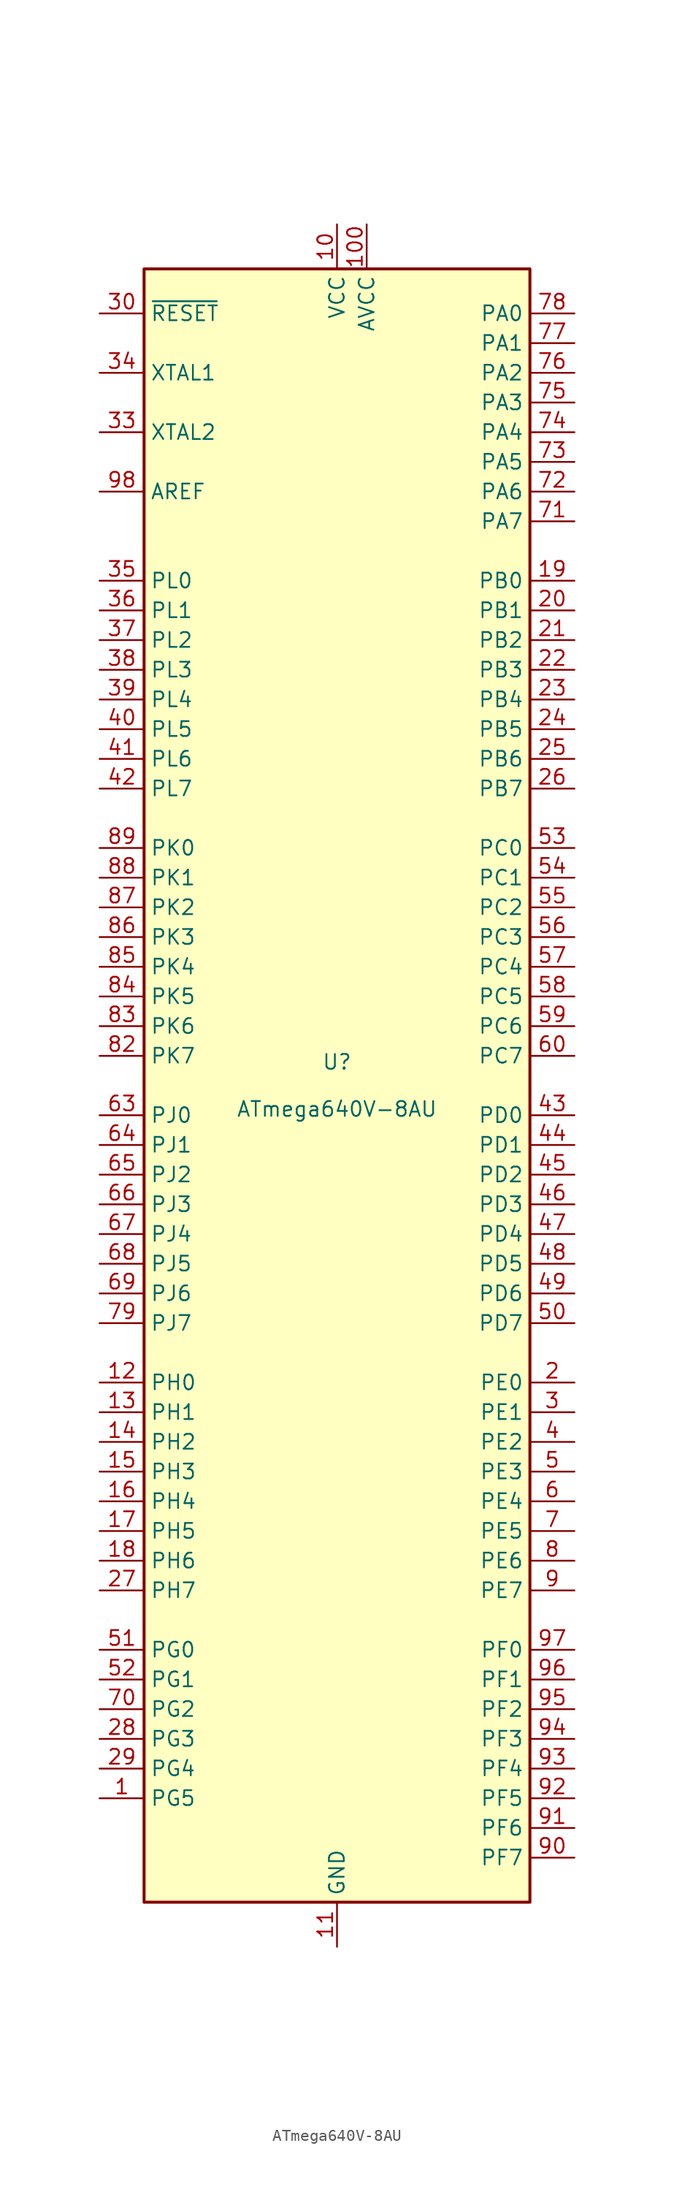
<source format=kicad_sym>
(kicad_symbol_lib
  (version 20211014)
  (generator kicad_symbol_editor)
  (symbol "ATmega640V-8AU"
    (property "Reference" "U"
      (at 0 1.27 0)
      (effects (font (size 1.27 1.27)) (justify bottom)))
    (property "Value" "ATmega640V-8AU"
      (at 0 -1.27 0)
      (effects (font (size 1.27 1.27)) (justify top)))
    (symbol "ATmega640V-8AU_0_1"
      (rectangle (start -16.51 -69.85) (end 16.51 69.85) (stroke (width 0.254) (type default) (color 0 0 0 0)) (fill (type background))))
    (symbol "ATmega640V-8AU_1_1"
      (pin bidirectional line (at -20.32 -60.96 0) (length 3.81) (name "PG5" (effects (font (size 1.27 1.27)))) (number "1" (effects (font (size 1.27 1.27)))))
      (pin power_in line (at 0 73.66 270) (length 3.81) (name "VCC" (effects (font (size 1.27 1.27)))) (number "10" (effects (font (size 1.27 1.27)))))
      (pin power_in line (at 2.54 73.66 270) (length 3.81) (name "AVCC" (effects (font (size 1.27 1.27)))) (number "100" (effects (font (size 1.27 1.27)))))
      (pin power_in line (at 0 -73.66 90) (length 3.81) (name "GND" (effects (font (size 1.27 1.27)))) (number "11" (effects (font (size 1.27 1.27)))))
      (pin bidirectional line (at -20.32 -25.4 0) (length 3.81) (name "PH0" (effects (font (size 1.27 1.27)))) (number "12" (effects (font (size 1.27 1.27)))))
      (pin bidirectional line (at -20.32 -27.94 0) (length 3.81) (name "PH1" (effects (font (size 1.27 1.27)))) (number "13" (effects (font (size 1.27 1.27)))))
      (pin bidirectional line (at -20.32 -30.48 0) (length 3.81) (name "PH2" (effects (font (size 1.27 1.27)))) (number "14" (effects (font (size 1.27 1.27)))))
      (pin bidirectional line (at -20.32 -33.02 0) (length 3.81) (name "PH3" (effects (font (size 1.27 1.27)))) (number "15" (effects (font (size 1.27 1.27)))))
      (pin bidirectional line (at -20.32 -35.56 0) (length 3.81) (name "PH4" (effects (font (size 1.27 1.27)))) (number "16" (effects (font (size 1.27 1.27)))))
      (pin bidirectional line (at -20.32 -38.1 0) (length 3.81) (name "PH5" (effects (font (size 1.27 1.27)))) (number "17" (effects (font (size 1.27 1.27)))))
      (pin bidirectional line (at -20.32 -40.64 0) (length 3.81) (name "PH6" (effects (font (size 1.27 1.27)))) (number "18" (effects (font (size 1.27 1.27)))))
      (pin bidirectional line (at 20.32 43.18 180) (length 3.81) (name "PB0" (effects (font (size 1.27 1.27)))) (number "19" (effects (font (size 1.27 1.27)))))
      (pin bidirectional line (at 20.32 -25.4 180) (length 3.81) (name "PE0" (effects (font (size 1.27 1.27)))) (number "2" (effects (font (size 1.27 1.27)))))
      (pin bidirectional line (at 20.32 40.64 180) (length 3.81) (name "PB1" (effects (font (size 1.27 1.27)))) (number "20" (effects (font (size 1.27 1.27)))))
      (pin bidirectional line (at 20.32 38.1 180) (length 3.81) (name "PB2" (effects (font (size 1.27 1.27)))) (number "21" (effects (font (size 1.27 1.27)))))
      (pin bidirectional line (at 20.32 35.56 180) (length 3.81) (name "PB3" (effects (font (size 1.27 1.27)))) (number "22" (effects (font (size 1.27 1.27)))))
      (pin bidirectional line (at 20.32 33.02 180) (length 3.81) (name "PB4" (effects (font (size 1.27 1.27)))) (number "23" (effects (font (size 1.27 1.27)))))
      (pin bidirectional line (at 20.32 30.48 180) (length 3.81) (name "PB5" (effects (font (size 1.27 1.27)))) (number "24" (effects (font (size 1.27 1.27)))))
      (pin bidirectional line (at 20.32 27.94 180) (length 3.81) (name "PB6" (effects (font (size 1.27 1.27)))) (number "25" (effects (font (size 1.27 1.27)))))
      (pin bidirectional line (at 20.32 25.4 180) (length 3.81) (name "PB7" (effects (font (size 1.27 1.27)))) (number "26" (effects (font (size 1.27 1.27)))))
      (pin bidirectional line (at -20.32 -43.18 0) (length 3.81) (name "PH7" (effects (font (size 1.27 1.27)))) (number "27" (effects (font (size 1.27 1.27)))))
      (pin bidirectional line (at -20.32 -55.88 0) (length 3.81) (name "PG3" (effects (font (size 1.27 1.27)))) (number "28" (effects (font (size 1.27 1.27)))))
      (pin bidirectional line (at -20.32 -58.42 0) (length 3.81) (name "PG4" (effects (font (size 1.27 1.27)))) (number "29" (effects (font (size 1.27 1.27)))))
      (pin bidirectional line (at 20.32 -27.94 180) (length 3.81) (name "PE1" (effects (font (size 1.27 1.27)))) (number "3" (effects (font (size 1.27 1.27)))))
      (pin input line (at -20.32 66.04 0) (length 3.81) (name "~{RESET}" (effects (font (size 1.27 1.27)))) (number "30" (effects (font (size 1.27 1.27)))))
      (pin passive line (at 0 73.66 270) (length 3.81) hide (name "VCC" (effects (font (size 1.27 1.27)))) (number "31" (effects (font (size 1.27 1.27)))))
      (pin passive line (at 0 -73.66 90) (length 3.81) hide (name "GND" (effects (font (size 1.27 1.27)))) (number "32" (effects (font (size 1.27 1.27)))))
      (pin output line (at -20.32 55.88 0) (length 3.81) (name "XTAL2" (effects (font (size 1.27 1.27)))) (number "33" (effects (font (size 1.27 1.27)))))
      (pin input line (at -20.32 60.96 0) (length 3.81) (name "XTAL1" (effects (font (size 1.27 1.27)))) (number "34" (effects (font (size 1.27 1.27)))))
      (pin bidirectional line (at -20.32 43.18 0) (length 3.81) (name "PL0" (effects (font (size 1.27 1.27)))) (number "35" (effects (font (size 1.27 1.27)))))
      (pin bidirectional line (at -20.32 40.64 0) (length 3.81) (name "PL1" (effects (font (size 1.27 1.27)))) (number "36" (effects (font (size 1.27 1.27)))))
      (pin bidirectional line (at -20.32 38.1 0) (length 3.81) (name "PL2" (effects (font (size 1.27 1.27)))) (number "37" (effects (font (size 1.27 1.27)))))
      (pin bidirectional line (at -20.32 35.56 0) (length 3.81) (name "PL3" (effects (font (size 1.27 1.27)))) (number "38" (effects (font (size 1.27 1.27)))))
      (pin bidirectional line (at -20.32 33.02 0) (length 3.81) (name "PL4" (effects (font (size 1.27 1.27)))) (number "39" (effects (font (size 1.27 1.27)))))
      (pin bidirectional line (at 20.32 -30.48 180) (length 3.81) (name "PE2" (effects (font (size 1.27 1.27)))) (number "4" (effects (font (size 1.27 1.27)))))
      (pin bidirectional line (at -20.32 30.48 0) (length 3.81) (name "PL5" (effects (font (size 1.27 1.27)))) (number "40" (effects (font (size 1.27 1.27)))))
      (pin bidirectional line (at -20.32 27.94 0) (length 3.81) (name "PL6" (effects (font (size 1.27 1.27)))) (number "41" (effects (font (size 1.27 1.27)))))
      (pin bidirectional line (at -20.32 25.4 0) (length 3.81) (name "PL7" (effects (font (size 1.27 1.27)))) (number "42" (effects (font (size 1.27 1.27)))))
      (pin bidirectional line (at 20.32 -2.54 180) (length 3.81) (name "PD0" (effects (font (size 1.27 1.27)))) (number "43" (effects (font (size 1.27 1.27)))))
      (pin bidirectional line (at 20.32 -5.08 180) (length 3.81) (name "PD1" (effects (font (size 1.27 1.27)))) (number "44" (effects (font (size 1.27 1.27)))))
      (pin bidirectional line (at 20.32 -7.62 180) (length 3.81) (name "PD2" (effects (font (size 1.27 1.27)))) (number "45" (effects (font (size 1.27 1.27)))))
      (pin bidirectional line (at 20.32 -10.16 180) (length 3.81) (name "PD3" (effects (font (size 1.27 1.27)))) (number "46" (effects (font (size 1.27 1.27)))))
      (pin bidirectional line (at 20.32 -12.7 180) (length 3.81) (name "PD4" (effects (font (size 1.27 1.27)))) (number "47" (effects (font (size 1.27 1.27)))))
      (pin bidirectional line (at 20.32 -15.24 180) (length 3.81) (name "PD5" (effects (font (size 1.27 1.27)))) (number "48" (effects (font (size 1.27 1.27)))))
      (pin bidirectional line (at 20.32 -17.78 180) (length 3.81) (name "PD6" (effects (font (size 1.27 1.27)))) (number "49" (effects (font (size 1.27 1.27)))))
      (pin bidirectional line (at 20.32 -33.02 180) (length 3.81) (name "PE3" (effects (font (size 1.27 1.27)))) (number "5" (effects (font (size 1.27 1.27)))))
      (pin bidirectional line (at 20.32 -20.32 180) (length 3.81) (name "PD7" (effects (font (size 1.27 1.27)))) (number "50" (effects (font (size 1.27 1.27)))))
      (pin bidirectional line (at -20.32 -48.26 0) (length 3.81) (name "PG0" (effects (font (size 1.27 1.27)))) (number "51" (effects (font (size 1.27 1.27)))))
      (pin bidirectional line (at -20.32 -50.8 0) (length 3.81) (name "PG1" (effects (font (size 1.27 1.27)))) (number "52" (effects (font (size 1.27 1.27)))))
      (pin bidirectional line (at 20.32 20.32 180) (length 3.81) (name "PC0" (effects (font (size 1.27 1.27)))) (number "53" (effects (font (size 1.27 1.27)))))
      (pin bidirectional line (at 20.32 17.78 180) (length 3.81) (name "PC1" (effects (font (size 1.27 1.27)))) (number "54" (effects (font (size 1.27 1.27)))))
      (pin bidirectional line (at 20.32 15.24 180) (length 3.81) (name "PC2" (effects (font (size 1.27 1.27)))) (number "55" (effects (font (size 1.27 1.27)))))
      (pin bidirectional line (at 20.32 12.7 180) (length 3.81) (name "PC3" (effects (font (size 1.27 1.27)))) (number "56" (effects (font (size 1.27 1.27)))))
      (pin bidirectional line (at 20.32 10.16 180) (length 3.81) (name "PC4" (effects (font (size 1.27 1.27)))) (number "57" (effects (font (size 1.27 1.27)))))
      (pin bidirectional line (at 20.32 7.62 180) (length 3.81) (name "PC5" (effects (font (size 1.27 1.27)))) (number "58" (effects (font (size 1.27 1.27)))))
      (pin bidirectional line (at 20.32 5.08 180) (length 3.81) (name "PC6" (effects (font (size 1.27 1.27)))) (number "59" (effects (font (size 1.27 1.27)))))
      (pin bidirectional line (at 20.32 -35.56 180) (length 3.81) (name "PE4" (effects (font (size 1.27 1.27)))) (number "6" (effects (font (size 1.27 1.27)))))
      (pin bidirectional line (at 20.32 2.54 180) (length 3.81) (name "PC7" (effects (font (size 1.27 1.27)))) (number "60" (effects (font (size 1.27 1.27)))))
      (pin passive line (at 0 73.66 270) (length 3.81) hide (name "VCC" (effects (font (size 1.27 1.27)))) (number "61" (effects (font (size 1.27 1.27)))))
      (pin passive line (at 0 -73.66 90) (length 3.81) hide (name "GND" (effects (font (size 1.27 1.27)))) (number "62" (effects (font (size 1.27 1.27)))))
      (pin bidirectional line (at -20.32 -2.54 0) (length 3.81) (name "PJ0" (effects (font (size 1.27 1.27)))) (number "63" (effects (font (size 1.27 1.27)))))
      (pin bidirectional line (at -20.32 -5.08 0) (length 3.81) (name "PJ1" (effects (font (size 1.27 1.27)))) (number "64" (effects (font (size 1.27 1.27)))))
      (pin bidirectional line (at -20.32 -7.62 0) (length 3.81) (name "PJ2" (effects (font (size 1.27 1.27)))) (number "65" (effects (font (size 1.27 1.27)))))
      (pin bidirectional line (at -20.32 -10.16 0) (length 3.81) (name "PJ3" (effects (font (size 1.27 1.27)))) (number "66" (effects (font (size 1.27 1.27)))))
      (pin bidirectional line (at -20.32 -12.7 0) (length 3.81) (name "PJ4" (effects (font (size 1.27 1.27)))) (number "67" (effects (font (size 1.27 1.27)))))
      (pin bidirectional line (at -20.32 -15.24 0) (length 3.81) (name "PJ5" (effects (font (size 1.27 1.27)))) (number "68" (effects (font (size 1.27 1.27)))))
      (pin bidirectional line (at -20.32 -17.78 0) (length 3.81) (name "PJ6" (effects (font (size 1.27 1.27)))) (number "69" (effects (font (size 1.27 1.27)))))
      (pin bidirectional line (at 20.32 -38.1 180) (length 3.81) (name "PE5" (effects (font (size 1.27 1.27)))) (number "7" (effects (font (size 1.27 1.27)))))
      (pin bidirectional line (at -20.32 -53.34 0) (length 3.81) (name "PG2" (effects (font (size 1.27 1.27)))) (number "70" (effects (font (size 1.27 1.27)))))
      (pin bidirectional line (at 20.32 48.26 180) (length 3.81) (name "PA7" (effects (font (size 1.27 1.27)))) (number "71" (effects (font (size 1.27 1.27)))))
      (pin bidirectional line (at 20.32 50.8 180) (length 3.81) (name "PA6" (effects (font (size 1.27 1.27)))) (number "72" (effects (font (size 1.27 1.27)))))
      (pin bidirectional line (at 20.32 53.34 180) (length 3.81) (name "PA5" (effects (font (size 1.27 1.27)))) (number "73" (effects (font (size 1.27 1.27)))))
      (pin bidirectional line (at 20.32 55.88 180) (length 3.81) (name "PA4" (effects (font (size 1.27 1.27)))) (number "74" (effects (font (size 1.27 1.27)))))
      (pin bidirectional line (at 20.32 58.42 180) (length 3.81) (name "PA3" (effects (font (size 1.27 1.27)))) (number "75" (effects (font (size 1.27 1.27)))))
      (pin bidirectional line (at 20.32 60.96 180) (length 3.81) (name "PA2" (effects (font (size 1.27 1.27)))) (number "76" (effects (font (size 1.27 1.27)))))
      (pin bidirectional line (at 20.32 63.5 180) (length 3.81) (name "PA1" (effects (font (size 1.27 1.27)))) (number "77" (effects (font (size 1.27 1.27)))))
      (pin bidirectional line (at 20.32 66.04 180) (length 3.81) (name "PA0" (effects (font (size 1.27 1.27)))) (number "78" (effects (font (size 1.27 1.27)))))
      (pin bidirectional line (at -20.32 -20.32 0) (length 3.81) (name "PJ7" (effects (font (size 1.27 1.27)))) (number "79" (effects (font (size 1.27 1.27)))))
      (pin bidirectional line (at 20.32 -40.64 180) (length 3.81) (name "PE6" (effects (font (size 1.27 1.27)))) (number "8" (effects (font (size 1.27 1.27)))))
      (pin passive line (at 0 73.66 270) (length 3.81) hide (name "VCC" (effects (font (size 1.27 1.27)))) (number "80" (effects (font (size 1.27 1.27)))))
      (pin passive line (at 0 -73.66 90) (length 3.81) hide (name "GND" (effects (font (size 1.27 1.27)))) (number "81" (effects (font (size 1.27 1.27)))))
      (pin bidirectional line (at -20.32 2.54 0) (length 3.81) (name "PK7" (effects (font (size 1.27 1.27)))) (number "82" (effects (font (size 1.27 1.27)))))
      (pin bidirectional line (at -20.32 5.08 0) (length 3.81) (name "PK6" (effects (font (size 1.27 1.27)))) (number "83" (effects (font (size 1.27 1.27)))))
      (pin bidirectional line (at -20.32 7.62 0) (length 3.81) (name "PK5" (effects (font (size 1.27 1.27)))) (number "84" (effects (font (size 1.27 1.27)))))
      (pin bidirectional line (at -20.32 10.16 0) (length 3.81) (name "PK4" (effects (font (size 1.27 1.27)))) (number "85" (effects (font (size 1.27 1.27)))))
      (pin bidirectional line (at -20.32 12.7 0) (length 3.81) (name "PK3" (effects (font (size 1.27 1.27)))) (number "86" (effects (font (size 1.27 1.27)))))
      (pin bidirectional line (at -20.32 15.24 0) (length 3.81) (name "PK2" (effects (font (size 1.27 1.27)))) (number "87" (effects (font (size 1.27 1.27)))))
      (pin bidirectional line (at -20.32 17.78 0) (length 3.81) (name "PK1" (effects (font (size 1.27 1.27)))) (number "88" (effects (font (size 1.27 1.27)))))
      (pin bidirectional line (at -20.32 20.32 0) (length 3.81) (name "PK0" (effects (font (size 1.27 1.27)))) (number "89" (effects (font (size 1.27 1.27)))))
      (pin bidirectional line (at 20.32 -43.18 180) (length 3.81) (name "PE7" (effects (font (size 1.27 1.27)))) (number "9" (effects (font (size 1.27 1.27)))))
      (pin bidirectional line (at 20.32 -66.04 180) (length 3.81) (name "PF7" (effects (font (size 1.27 1.27)))) (number "90" (effects (font (size 1.27 1.27)))))
      (pin bidirectional line (at 20.32 -63.5 180) (length 3.81) (name "PF6" (effects (font (size 1.27 1.27)))) (number "91" (effects (font (size 1.27 1.27)))))
      (pin bidirectional line (at 20.32 -60.96 180) (length 3.81) (name "PF5" (effects (font (size 1.27 1.27)))) (number "92" (effects (font (size 1.27 1.27)))))
      (pin bidirectional line (at 20.32 -58.42 180) (length 3.81) (name "PF4" (effects (font (size 1.27 1.27)))) (number "93" (effects (font (size 1.27 1.27)))))
      (pin bidirectional line (at 20.32 -55.88 180) (length 3.81) (name "PF3" (effects (font (size 1.27 1.27)))) (number "94" (effects (font (size 1.27 1.27)))))
      (pin bidirectional line (at 20.32 -53.34 180) (length 3.81) (name "PF2" (effects (font (size 1.27 1.27)))) (number "95" (effects (font (size 1.27 1.27)))))
      (pin bidirectional line (at 20.32 -50.8 180) (length 3.81) (name "PF1" (effects (font (size 1.27 1.27)))) (number "96" (effects (font (size 1.27 1.27)))))
      (pin bidirectional line (at 20.32 -48.26 180) (length 3.81) (name "PF0" (effects (font (size 1.27 1.27)))) (number "97" (effects (font (size 1.27 1.27)))))
      (pin passive line (at -20.32 50.8 0) (length 3.81) (name "AREF" (effects (font (size 1.27 1.27)))) (number "98" (effects (font (size 1.27 1.27)))))
      (pin passive line (at 0 -73.66 90) (length 3.81) hide (name "GND" (effects (font (size 1.27 1.27)))) (number "99" (effects (font (size 1.27 1.27))))))))
</source>
